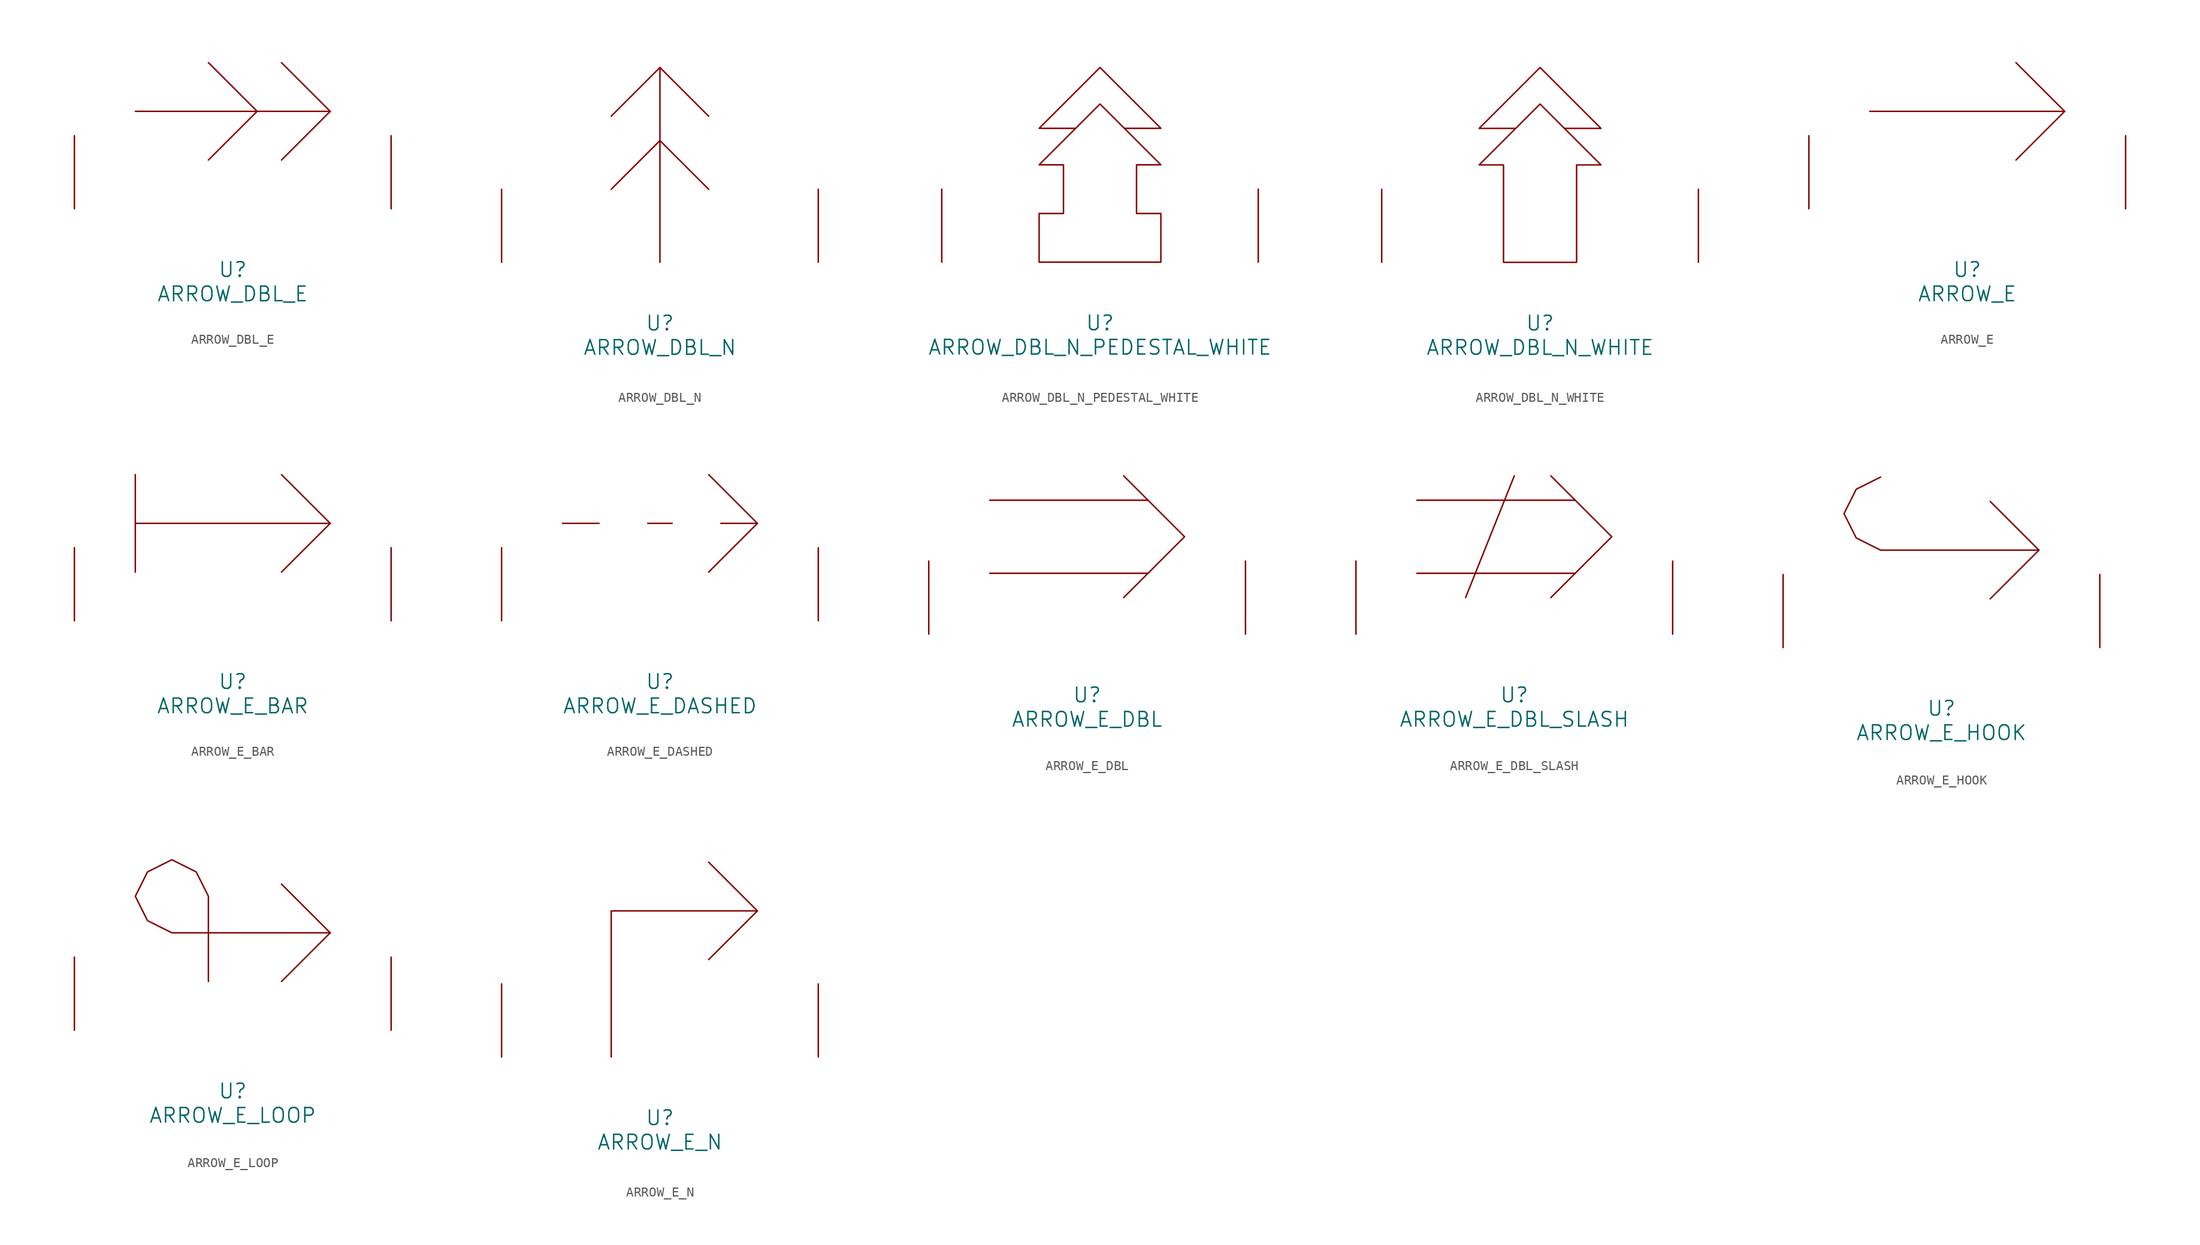
<source format=kicad_sym>
(kicad_symbol_lib
  (version 20220914)
  (generator font_lib2sym)
  (symbol "ARROW_DBL_E"
    (pin_names
      (offset 1.016))
    (property "Reference" "U"
      (at 0 -6.35 0)
      (effects (font (size 1.524 1.524))))
    (property "Value" "ARROW_DBL_E"
      (at 0 -8.89 0)
      (effects (font (size 1.524 1.524))))
    (symbol "ARROW_DBL_E_0_1"
      (polyline (pts (xy -10.16 10.16) (xy 10.16 10.16)) (stroke (width 0) (type solid)) (fill (type none)))
      (polyline (pts (xy -2.54 15.24) (xy 2.54 10.16) (xy -2.54 5.08)) (stroke (width 0) (type solid)) (fill (type none)))
      (polyline (pts (xy 5.08 5.08) (xy 10.16 10.16) (xy 5.08 15.24)) (stroke (width 0) (type solid)) (fill (type none)))
      (pin input line (at -16.51 0 90) (length 7.62) (name "~" (effects (font (size 1.27 1.27)))) (number "~" (effects (font (size 1.27 1.27)))))
      (pin input line (at 16.51 0 90) (length 7.62) (name "~" (effects (font (size 1.27 1.27)))) (number "~" (effects (font (size 1.27 1.27)))))))
  (symbol "ARROW_DBL_N"
    (pin_names
      (offset 1.016))
    (property "Reference" "U"
      (at 0 -6.35 0)
      (effects (font (size 1.524 1.524))))
    (property "Value" "ARROW_DBL_N"
      (at 0 -8.89 0)
      (effects (font (size 1.524 1.524))))
    (symbol "ARROW_DBL_N_0_1"
      (polyline (pts (xy 0 0) (xy 0 20.32)) (stroke (width 0) (type solid)) (fill (type none)))
      (polyline (pts (xy -5.08 7.62) (xy 0 12.7) (xy 5.08 7.62)) (stroke (width 0) (type solid)) (fill (type none)))
      (polyline (pts (xy -5.08 15.24) (xy 0 20.32) (xy 5.08 15.24)) (stroke (width 0) (type solid)) (fill (type none)))
      (pin input line (at -16.51 0 90) (length 7.62) (name "~" (effects (font (size 1.27 1.27)))) (number "~" (effects (font (size 1.27 1.27)))))
      (pin input line (at 16.51 0 90) (length 7.62) (name "~" (effects (font (size 1.27 1.27)))) (number "~" (effects (font (size 1.27 1.27)))))))
  (symbol "ARROW_DBL_N_PEDESTAL_WHITE"
    (pin_names
      (offset 1.016))
    (property "Reference" "U"
      (at 0 -6.35 0)
      (effects (font (size 1.524 1.524))))
    (property "Value" "ARROW_DBL_N_PEDESTAL_WHITE"
      (at 0 -8.89 0)
      (effects (font (size 1.524 1.524))))
    (symbol "ARROW_DBL_N_PEDESTAL_WHITE_0_1"
      (polyline (pts (xy -2.54 13.97) (xy -6.35 13.97) (xy 0 20.32) (xy 6.35 13.97) (xy 2.54 13.97)) (stroke (width 0) (type solid)) (fill (type none)))
      (polyline (pts (xy 6.35 0) (xy -6.35 0) (xy -6.35 5.08) (xy -3.81 5.08) (xy -3.81 10.16) (xy -6.35 10.16) (xy 0 16.51) (xy 6.35 10.16) (xy 3.81 10.16) (xy 3.81 5.08) (xy 6.35 5.08) (xy 6.35 0)) (stroke (width 0) (type solid)) (fill (type none)))
      (pin input line (at -16.51 0 90) (length 7.62) (name "~" (effects (font (size 1.27 1.27)))) (number "~" (effects (font (size 1.27 1.27)))))
      (pin input line (at 16.51 0 90) (length 7.62) (name "~" (effects (font (size 1.27 1.27)))) (number "~" (effects (font (size 1.27 1.27)))))))
  (symbol "ARROW_DBL_N_WHITE"
    (pin_names
      (offset 1.016))
    (property "Reference" "U"
      (at 0 -6.35 0)
      (effects (font (size 1.524 1.524))))
    (property "Value" "ARROW_DBL_N_WHITE"
      (at 0 -8.89 0)
      (effects (font (size 1.524 1.524))))
    (symbol "ARROW_DBL_N_WHITE_0_1"
      (polyline (pts (xy -2.54 13.97) (xy -6.35 13.97) (xy 0 20.32) (xy 6.35 13.97) (xy 2.54 13.97)) (stroke (width 0) (type solid)) (fill (type none)))
      (polyline (pts (xy 3.81 0) (xy -3.81 0) (xy -3.81 10.16) (xy -6.35 10.16) (xy 0 16.51) (xy 6.35 10.16) (xy 3.81 10.16) (xy 3.81 0)) (stroke (width 0) (type solid)) (fill (type none)))
      (pin input line (at -16.51 0 90) (length 7.62) (name "~" (effects (font (size 1.27 1.27)))) (number "~" (effects (font (size 1.27 1.27)))))
      (pin input line (at 16.51 0 90) (length 7.62) (name "~" (effects (font (size 1.27 1.27)))) (number "~" (effects (font (size 1.27 1.27)))))))
  (symbol "ARROW_E"
    (pin_names
      (offset 1.016))
    (property "Reference" "U"
      (at 0 -6.35 0)
      (effects (font (size 1.524 1.524))))
    (property "Value" "ARROW_E"
      (at 0 -8.89 0)
      (effects (font (size 1.524 1.524))))
    (symbol "ARROW_E_0_1"
      (polyline (pts (xy -10.16 10.16) (xy 10.16 10.16)) (stroke (width 0) (type solid)) (fill (type none)))
      (polyline (pts (xy 5.08 5.08) (xy 10.16 10.16) (xy 5.08 15.24)) (stroke (width 0) (type solid)) (fill (type none)))
      (pin input line (at -16.51 0 90) (length 7.62) (name "~" (effects (font (size 1.27 1.27)))) (number "~" (effects (font (size 1.27 1.27)))))
      (pin input line (at 16.51 0 90) (length 7.62) (name "~" (effects (font (size 1.27 1.27)))) (number "~" (effects (font (size 1.27 1.27)))))))
  (symbol "ARROW_E_BAR"
    (pin_names
      (offset 1.016))
    (property "Reference" "U"
      (at 0 -6.35 0)
      (effects (font (size 1.524 1.524))))
    (property "Value" "ARROW_E_BAR"
      (at 0 -8.89 0)
      (effects (font (size 1.524 1.524))))
    (symbol "ARROW_E_BAR_0_1"
      (polyline (pts (xy -10.16 15.24) (xy -10.16 5.08)) (stroke (width 0) (type solid)) (fill (type none)))
      (polyline (pts (xy 10.16 10.16) (xy -10.16 10.16)) (stroke (width 0) (type solid)) (fill (type none)))
      (polyline (pts (xy 5.08 5.08) (xy 10.16 10.16) (xy 5.08 15.24)) (stroke (width 0) (type solid)) (fill (type none)))
      (pin input line (at -16.51 0 90) (length 7.62) (name "~" (effects (font (size 1.27 1.27)))) (number "~" (effects (font (size 1.27 1.27)))))
      (pin input line (at 16.51 0 90) (length 7.62) (name "~" (effects (font (size 1.27 1.27)))) (number "~" (effects (font (size 1.27 1.27)))))))
  (symbol "ARROW_E_DASHED"
    (pin_names
      (offset 1.016))
    (property "Reference" "U"
      (at 0 -6.35 0)
      (effects (font (size 1.524 1.524))))
    (property "Value" "ARROW_E_DASHED"
      (at 0 -8.89 0)
      (effects (font (size 1.524 1.524))))
    (symbol "ARROW_E_DASHED_0_1"
      (polyline (pts (xy -10.16 10.16) (xy -6.35 10.16)) (stroke (width 0) (type solid)) (fill (type none)))
      (polyline (pts (xy -1.27 10.16) (xy 1.27 10.16)) (stroke (width 0) (type solid)) (fill (type none)))
      (polyline (pts (xy 6.35 10.16) (xy 10.16 10.16)) (stroke (width 0) (type solid)) (fill (type none)))
      (polyline (pts (xy 5.08 5.08) (xy 10.16 10.16) (xy 5.08 15.24)) (stroke (width 0) (type solid)) (fill (type none)))
      (pin input line (at -16.51 0 90) (length 7.62) (name "~" (effects (font (size 1.27 1.27)))) (number "~" (effects (font (size 1.27 1.27)))))
      (pin input line (at 16.51 0 90) (length 7.62) (name "~" (effects (font (size 1.27 1.27)))) (number "~" (effects (font (size 1.27 1.27)))))))
  (symbol "ARROW_E_DBL"
    (pin_names
      (offset 1.016))
    (property "Reference" "U"
      (at 0 -6.35 0)
      (effects (font (size 1.524 1.524))))
    (property "Value" "ARROW_E_DBL"
      (at 0 -8.89 0)
      (effects (font (size 1.524 1.524))))
    (symbol "ARROW_E_DBL_0_1"
      (polyline (pts (xy -10.16 6.35) (xy 6.35 6.35)) (stroke (width 0) (type solid)) (fill (type none)))
      (polyline (pts (xy -10.16 13.97) (xy 6.35 13.97)) (stroke (width 0) (type solid)) (fill (type none)))
      (polyline (pts (xy 3.81 16.51) (xy 10.16 10.16) (xy 3.81 3.81)) (stroke (width 0) (type solid)) (fill (type none)))
      (pin input line (at -16.51 0 90) (length 7.62) (name "~" (effects (font (size 1.27 1.27)))) (number "~" (effects (font (size 1.27 1.27)))))
      (pin input line (at 16.51 0 90) (length 7.62) (name "~" (effects (font (size 1.27 1.27)))) (number "~" (effects (font (size 1.27 1.27)))))))
  (symbol "ARROW_E_DBL_SLASH"
    (pin_names
      (offset 1.016))
    (property "Reference" "U"
      (at 0 -6.35 0)
      (effects (font (size 1.524 1.524))))
    (property "Value" "ARROW_E_DBL_SLASH"
      (at 0 -8.89 0)
      (effects (font (size 1.524 1.524))))
    (symbol "ARROW_E_DBL_SLASH_0_1"
      (polyline (pts (xy -10.16 6.35) (xy 6.35 6.35)) (stroke (width 0) (type solid)) (fill (type none)))
      (polyline (pts (xy -10.16 13.97) (xy 6.35 13.97)) (stroke (width 0) (type solid)) (fill (type none)))
      (polyline (pts (xy 0 16.51) (xy -5.08 3.81)) (stroke (width 0) (type solid)) (fill (type none)))
      (polyline (pts (xy 3.81 16.51) (xy 10.16 10.16) (xy 3.81 3.81)) (stroke (width 0) (type solid)) (fill (type none)))
      (pin input line (at -16.51 0 90) (length 7.62) (name "~" (effects (font (size 1.27 1.27)))) (number "~" (effects (font (size 1.27 1.27)))))
      (pin input line (at 16.51 0 90) (length 7.62) (name "~" (effects (font (size 1.27 1.27)))) (number "~" (effects (font (size 1.27 1.27)))))))
  (symbol "ARROW_E_HOOK"
    (pin_names
      (offset 1.016))
    (property "Reference" "U"
      (at 0 -6.35 0)
      (effects (font (size 1.524 1.524))))
    (property "Value" "ARROW_E_HOOK"
      (at 0 -8.89 0)
      (effects (font (size 1.524 1.524))))
    (symbol "ARROW_E_HOOK_0_1"
      (polyline (pts (xy 5.08 5.08) (xy 10.16 10.16) (xy 5.08 15.24)) (stroke (width 0) (type solid)) (fill (type none)))
      (polyline (pts (xy 10.16 10.16) (xy -6.35 10.16) (xy -8.89 11.43) (xy -10.16 13.97) (xy -8.89 16.51) (xy -6.35 17.78)) (stroke (width 0) (type solid)) (fill (type none)))
      (pin input line (at -16.51 0 90) (length 7.62) (name "~" (effects (font (size 1.27 1.27)))) (number "~" (effects (font (size 1.27 1.27)))))
      (pin input line (at 16.51 0 90) (length 7.62) (name "~" (effects (font (size 1.27 1.27)))) (number "~" (effects (font (size 1.27 1.27)))))))
  (symbol "ARROW_E_LOOP"
    (pin_names
      (offset 1.016))
    (property "Reference" "U"
      (at 0 -6.35 0)
      (effects (font (size 1.524 1.524))))
    (property "Value" "ARROW_E_LOOP"
      (at 0 -8.89 0)
      (effects (font (size 1.524 1.524))))
    (symbol "ARROW_E_LOOP_0_1"
      (polyline (pts (xy 5.08 5.08) (xy 10.16 10.16) (xy 5.08 15.24)) (stroke (width 0) (type solid)) (fill (type none)))
      (polyline (pts (xy 10.16 10.16) (xy -6.35 10.16) (xy -8.89 11.43) (xy -10.16 13.97) (xy -8.89 16.51) (xy -6.35 17.78) (xy -3.81 16.51) (xy -2.54 13.97) (xy -2.54 5.08)) (stroke (width 0) (type solid)) (fill (type none)))
      (pin input line (at -16.51 0 90) (length 7.62) (name "~" (effects (font (size 1.27 1.27)))) (number "~" (effects (font (size 1.27 1.27)))))
      (pin input line (at 16.51 0 90) (length 7.62) (name "~" (effects (font (size 1.27 1.27)))) (number "~" (effects (font (size 1.27 1.27)))))))
  (symbol "ARROW_E_N"
    (pin_names
      (offset 1.016))
    (property "Reference" "U"
      (at 0 -6.35 0)
      (effects (font (size 1.524 1.524))))
    (property "Value" "ARROW_E_N"
      (at 0 -8.89 0)
      (effects (font (size 1.524 1.524))))
    (symbol "ARROW_E_N_0_1"
      (polyline (pts (xy -5.08 0) (xy -5.08 15.24) (xy 10.16 15.24)) (stroke (width 0) (type solid)) (fill (type none)))
      (polyline (pts (xy 5.08 10.16) (xy 10.16 15.24) (xy 5.08 20.32)) (stroke (width 0) (type solid)) (fill (type none)))
      (pin input line (at -16.51 0 90) (length 7.62) (name "~" (effects (font (size 1.27 1.27)))) (number "~" (effects (font (size 1.27 1.27)))))
      (pin input line (at 16.51 0 90) (length 7.62) (name "~" (effects (font (size 1.27 1.27)))) (number "~" (effects (font (size 1.27 1.27))))))))
</source>
